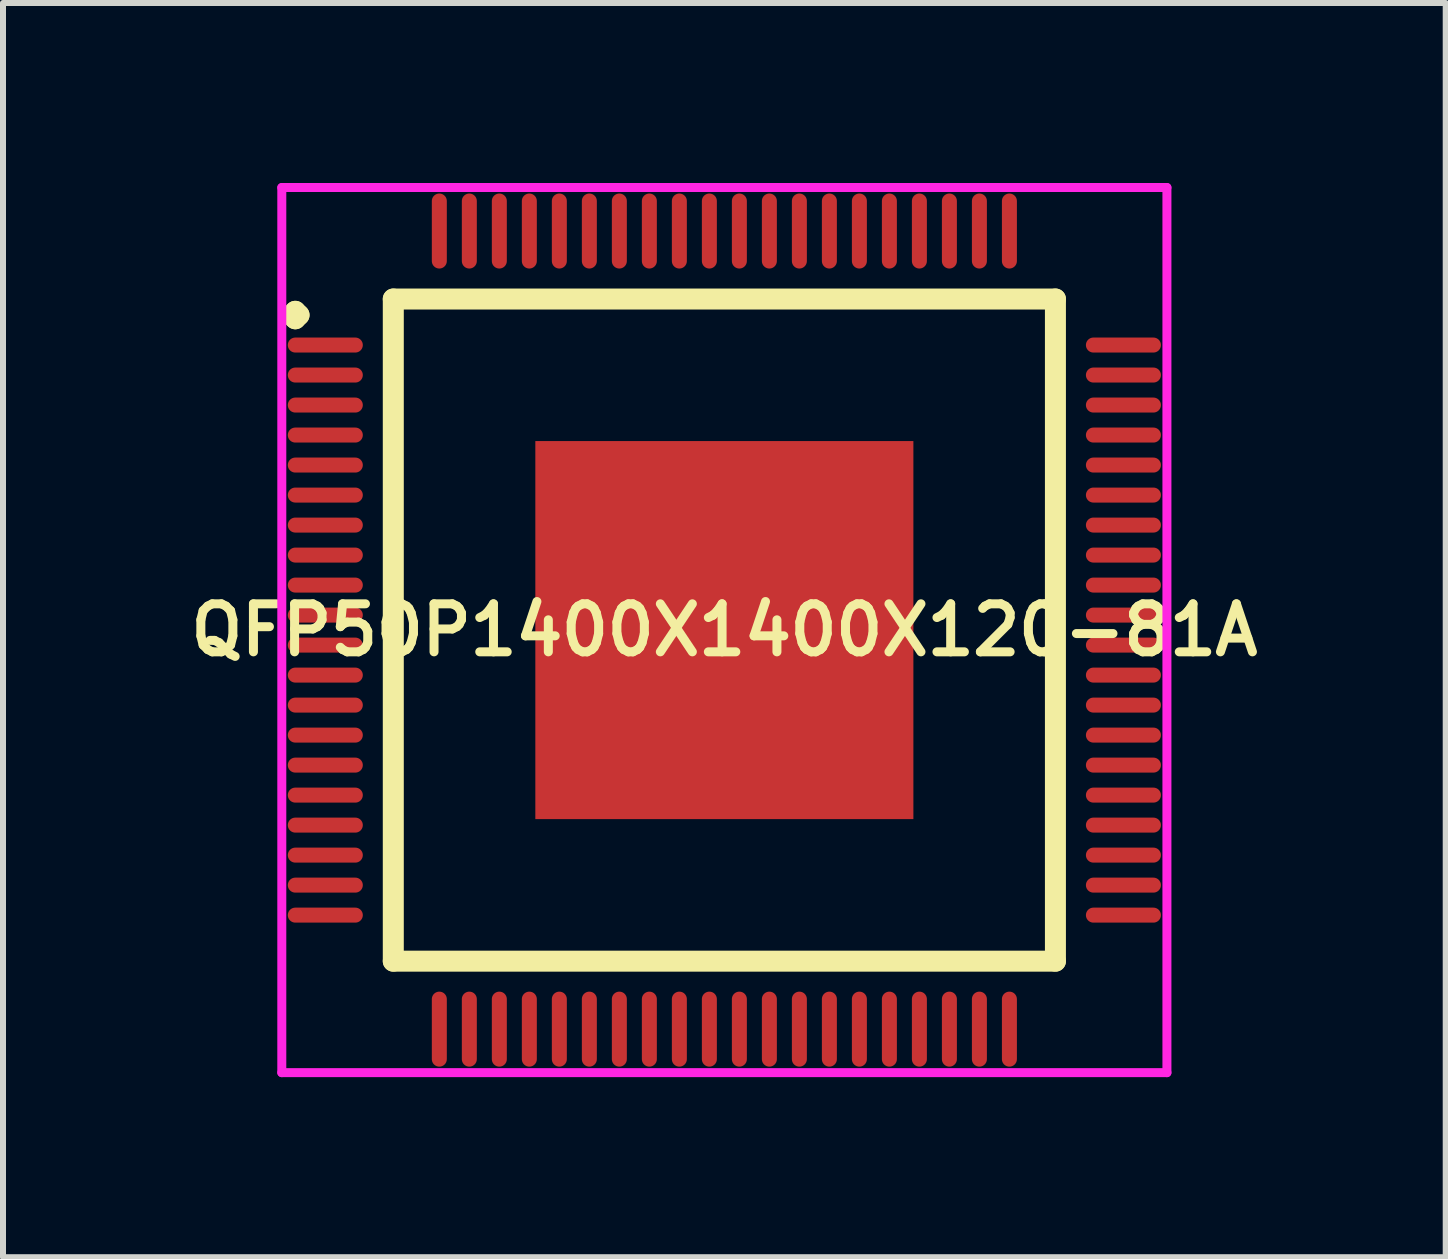
<source format=kicad_pcb>
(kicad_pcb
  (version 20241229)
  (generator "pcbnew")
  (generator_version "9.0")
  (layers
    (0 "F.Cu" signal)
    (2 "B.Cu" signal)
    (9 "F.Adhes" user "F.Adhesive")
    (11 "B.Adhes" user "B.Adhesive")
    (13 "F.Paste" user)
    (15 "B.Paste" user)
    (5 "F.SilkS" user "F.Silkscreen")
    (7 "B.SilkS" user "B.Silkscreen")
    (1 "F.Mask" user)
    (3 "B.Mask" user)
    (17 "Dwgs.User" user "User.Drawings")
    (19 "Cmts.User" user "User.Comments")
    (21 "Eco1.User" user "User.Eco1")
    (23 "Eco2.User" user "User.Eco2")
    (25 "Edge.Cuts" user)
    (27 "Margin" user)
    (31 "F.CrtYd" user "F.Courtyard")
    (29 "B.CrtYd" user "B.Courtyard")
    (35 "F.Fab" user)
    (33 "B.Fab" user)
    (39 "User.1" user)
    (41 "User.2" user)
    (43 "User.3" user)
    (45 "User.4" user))
  (footprint "QFP50P1400X1400X120-81A"
    (layer "F.Cu")
    (at 9.021 7.45)
    (property "Reference" "QFP50P1400X1400X120-81A" (at 0 0 0) (layer "F.SilkS") (effects (font (size 0.8 0.8) (thickness 0.15))))
    (attr smd)
    (fp_line (start -7.213 -5.25) (end -7.15 -5.312) (stroke (width 0.35) (type solid)) (layer "F.SilkS"))
    (fp_line (start -7.15 -5.312) (end -7.088 -5.25) (stroke (width 0.35) (type solid)) (layer "F.SilkS"))
    (fp_line (start -7.15 -5.188) (end -7.213 -5.25) (stroke (width 0.35) (type solid)) (layer "F.SilkS"))
    (fp_line (start -7.088 -5.25) (end -7.15 -5.188) (stroke (width 0.35) (type solid)) (layer "F.SilkS"))
    (fp_line (start -5.517 -5.517) (end -5.517 5.517) (stroke (width 0.35) (type solid)) (layer "F.SilkS"))
    (fp_line (start -5.517 5.517) (end 5.517 5.517) (stroke (width 0.35) (type solid)) (layer "F.SilkS"))
    (fp_line (start 5.517 -5.517) (end -5.517 -5.517) (stroke (width 0.35) (type solid)) (layer "F.SilkS"))
    (fp_line (start 5.517 5.517) (end 5.517 -5.517) (stroke (width 0.35) (type solid)) (layer "F.SilkS"))
    (fp_line (start -7.375 -7.375) (end 7.375 -7.375) (stroke (width 0.15) (type solid)) (layer "F.CrtYd"))
    (fp_line (start -7.375 7.375) (end -7.375 -7.375) (stroke (width 0.15) (type solid)) (layer "F.CrtYd"))
    (fp_line (start 7.375 -7.375) (end 7.375 7.375) (stroke (width 0.15) (type solid)) (layer "F.CrtYd"))
    (fp_line (start 7.375 7.375) (end -7.375 7.375) (stroke (width 0.15) (type solid)) (layer "F.CrtYd"))
    (pad "1" smd oval (at -6.65 -4.75) (size 1.25 0.25) (layers "F.Cu" "F.Mask" "F.Paste"))
    (pad "2" smd oval (at -6.65 -4.25) (size 1.25 0.25) (layers "F.Cu" "F.Mask" "F.Paste"))
    (pad "3" smd oval (at -6.65 -3.75) (size 1.25 0.25) (layers "F.Cu" "F.Mask" "F.Paste"))
    (pad "4" smd oval (at -6.65 -3.25) (size 1.25 0.25) (layers "F.Cu" "F.Mask" "F.Paste"))
    (pad "5" smd oval (at -6.65 -2.75) (size 1.25 0.25) (layers "F.Cu" "F.Mask" "F.Paste"))
    (pad "6" smd oval (at -6.65 -2.25) (size 1.25 0.25) (layers "F.Cu" "F.Mask" "F.Paste"))
    (pad "7" smd oval (at -6.65 -1.75) (size 1.25 0.25) (layers "F.Cu" "F.Mask" "F.Paste"))
    (pad "8" smd oval (at -6.65 -1.25) (size 1.25 0.25) (layers "F.Cu" "F.Mask" "F.Paste"))
    (pad "9" smd oval (at -6.65 -0.75) (size 1.25 0.25) (layers "F.Cu" "F.Mask" "F.Paste"))
    (pad "10" smd oval (at -6.65 -0.25) (size 1.25 0.25) (layers "F.Cu" "F.Mask" "F.Paste"))
    (pad "11" smd oval (at -6.65 0.25) (size 1.25 0.25) (layers "F.Cu" "F.Mask" "F.Paste"))
    (pad "12" smd oval (at -6.65 0.75) (size 1.25 0.25) (layers "F.Cu" "F.Mask" "F.Paste"))
    (pad "13" smd oval (at -6.65 1.25) (size 1.25 0.25) (layers "F.Cu" "F.Mask" "F.Paste"))
    (pad "14" smd oval (at -6.65 1.75) (size 1.25 0.25) (layers "F.Cu" "F.Mask" "F.Paste"))
    (pad "15" smd oval (at -6.65 2.25) (size 1.25 0.25) (layers "F.Cu" "F.Mask" "F.Paste"))
    (pad "16" smd oval (at -6.65 2.75) (size 1.25 0.25) (layers "F.Cu" "F.Mask" "F.Paste"))
    (pad "17" smd oval (at -6.65 3.25) (size 1.25 0.25) (layers "F.Cu" "F.Mask" "F.Paste"))
    (pad "18" smd oval (at -6.65 3.75) (size 1.25 0.25) (layers "F.Cu" "F.Mask" "F.Paste"))
    (pad "19" smd oval (at -6.65 4.25) (size 1.25 0.25) (layers "F.Cu" "F.Mask" "F.Paste"))
    (pad "20" smd oval (at -6.65 4.75) (size 1.25 0.25) (layers "F.Cu" "F.Mask" "F.Paste"))
    (pad "21" smd oval (at -4.75 6.65) (size 0.25 1.25) (layers "F.Cu" "F.Mask" "F.Paste"))
    (pad "22" smd oval (at -4.25 6.65) (size 0.25 1.25) (layers "F.Cu" "F.Mask" "F.Paste"))
    (pad "23" smd oval (at -3.75 6.65) (size 0.25 1.25) (layers "F.Cu" "F.Mask" "F.Paste"))
    (pad "24" smd oval (at -3.25 6.65) (size 0.25 1.25) (layers "F.Cu" "F.Mask" "F.Paste"))
    (pad "25" smd oval (at -2.75 6.65) (size 0.25 1.25) (layers "F.Cu" "F.Mask" "F.Paste"))
    (pad "26" smd oval (at -2.25 6.65) (size 0.25 1.25) (layers "F.Cu" "F.Mask" "F.Paste"))
    (pad "27" smd oval (at -1.75 6.65) (size 0.25 1.25) (layers "F.Cu" "F.Mask" "F.Paste"))
    (pad "28" smd oval (at -1.25 6.65) (size 0.25 1.25) (layers "F.Cu" "F.Mask" "F.Paste"))
    (pad "29" smd oval (at -0.75 6.65) (size 0.25 1.25) (layers "F.Cu" "F.Mask" "F.Paste"))
    (pad "30" smd oval (at -0.25 6.65) (size 0.25 1.25) (layers "F.Cu" "F.Mask" "F.Paste"))
    (pad "31" smd oval (at 0.25 6.65) (size 0.25 1.25) (layers "F.Cu" "F.Mask" "F.Paste"))
    (pad "32" smd oval (at 0.75 6.65) (size 0.25 1.25) (layers "F.Cu" "F.Mask" "F.Paste"))
    (pad "33" smd oval (at 1.25 6.65) (size 0.25 1.25) (layers "F.Cu" "F.Mask" "F.Paste"))
    (pad "34" smd oval (at 1.75 6.65) (size 0.25 1.25) (layers "F.Cu" "F.Mask" "F.Paste"))
    (pad "35" smd oval (at 2.25 6.65) (size 0.25 1.25) (layers "F.Cu" "F.Mask" "F.Paste"))
    (pad "36" smd oval (at 2.75 6.65) (size 0.25 1.25) (layers "F.Cu" "F.Mask" "F.Paste"))
    (pad "37" smd oval (at 3.25 6.65) (size 0.25 1.25) (layers "F.Cu" "F.Mask" "F.Paste"))
    (pad "38" smd oval (at 3.75 6.65) (size 0.25 1.25) (layers "F.Cu" "F.Mask" "F.Paste"))
    (pad "39" smd oval (at 4.25 6.65) (size 0.25 1.25) (layers "F.Cu" "F.Mask" "F.Paste"))
    (pad "40" smd oval (at 4.75 6.65) (size 0.25 1.25) (layers "F.Cu" "F.Mask" "F.Paste"))
    (pad "41" smd oval (at 6.65 4.75) (size 1.25 0.25) (layers "F.Cu" "F.Mask" "F.Paste"))
    (pad "42" smd oval (at 6.65 4.25) (size 1.25 0.25) (layers "F.Cu" "F.Mask" "F.Paste"))
    (pad "43" smd oval (at 6.65 3.75) (size 1.25 0.25) (layers "F.Cu" "F.Mask" "F.Paste"))
    (pad "44" smd oval (at 6.65 3.25) (size 1.25 0.25) (layers "F.Cu" "F.Mask" "F.Paste"))
    (pad "45" smd oval (at 6.65 2.75) (size 1.25 0.25) (layers "F.Cu" "F.Mask" "F.Paste"))
    (pad "46" smd oval (at 6.65 2.25) (size 1.25 0.25) (layers "F.Cu" "F.Mask" "F.Paste"))
    (pad "47" smd oval (at 6.65 1.75) (size 1.25 0.25) (layers "F.Cu" "F.Mask" "F.Paste"))
    (pad "48" smd oval (at 6.65 1.25) (size 1.25 0.25) (layers "F.Cu" "F.Mask" "F.Paste"))
    (pad "49" smd oval (at 6.65 0.75) (size 1.25 0.25) (layers "F.Cu" "F.Mask" "F.Paste"))
    (pad "50" smd oval (at 6.65 0.25) (size 1.25 0.25) (layers "F.Cu" "F.Mask" "F.Paste"))
    (pad "51" smd oval (at 6.65 -0.25) (size 1.25 0.25) (layers "F.Cu" "F.Mask" "F.Paste"))
    (pad "52" smd oval (at 6.65 -0.75) (size 1.25 0.25) (layers "F.Cu" "F.Mask" "F.Paste"))
    (pad "53" smd oval (at 6.65 -1.25) (size 1.25 0.25) (layers "F.Cu" "F.Mask" "F.Paste"))
    (pad "54" smd oval (at 6.65 -1.75) (size 1.25 0.25) (layers "F.Cu" "F.Mask" "F.Paste"))
    (pad "55" smd oval (at 6.65 -2.25) (size 1.25 0.25) (layers "F.Cu" "F.Mask" "F.Paste"))
    (pad "56" smd oval (at 6.65 -2.75) (size 1.25 0.25) (layers "F.Cu" "F.Mask" "F.Paste"))
    (pad "57" smd oval (at 6.65 -3.25) (size 1.25 0.25) (layers "F.Cu" "F.Mask" "F.Paste"))
    (pad "58" smd oval (at 6.65 -3.75) (size 1.25 0.25) (layers "F.Cu" "F.Mask" "F.Paste"))
    (pad "59" smd oval (at 6.65 -4.25) (size 1.25 0.25) (layers "F.Cu" "F.Mask" "F.Paste"))
    (pad "60" smd oval (at 6.65 -4.75) (size 1.25 0.25) (layers "F.Cu" "F.Mask" "F.Paste"))
    (pad "61" smd oval (at 4.75 -6.65) (size 0.25 1.25) (layers "F.Cu" "F.Mask" "F.Paste"))
    (pad "62" smd oval (at 4.25 -6.65) (size 0.25 1.25) (layers "F.Cu" "F.Mask" "F.Paste"))
    (pad "63" smd oval (at 3.75 -6.65) (size 0.25 1.25) (layers "F.Cu" "F.Mask" "F.Paste"))
    (pad "64" smd oval (at 3.25 -6.65) (size 0.25 1.25) (layers "F.Cu" "F.Mask" "F.Paste"))
    (pad "65" smd oval (at 2.75 -6.65) (size 0.25 1.25) (layers "F.Cu" "F.Mask" "F.Paste"))
    (pad "66" smd oval (at 2.25 -6.65) (size 0.25 1.25) (layers "F.Cu" "F.Mask" "F.Paste"))
    (pad "67" smd oval (at 1.75 -6.65) (size 0.25 1.25) (layers "F.Cu" "F.Mask" "F.Paste"))
    (pad "68" smd oval (at 1.25 -6.65) (size 0.25 1.25) (layers "F.Cu" "F.Mask" "F.Paste"))
    (pad "69" smd oval (at 0.75 -6.65) (size 0.25 1.25) (layers "F.Cu" "F.Mask" "F.Paste"))
    (pad "70" smd oval (at 0.25 -6.65) (size 0.25 1.25) (layers "F.Cu" "F.Mask" "F.Paste"))
    (pad "71" smd oval (at -0.25 -6.65) (size 0.25 1.25) (layers "F.Cu" "F.Mask" "F.Paste"))
    (pad "72" smd oval (at -0.75 -6.65) (size 0.25 1.25) (layers "F.Cu" "F.Mask" "F.Paste"))
    (pad "73" smd oval (at -1.25 -6.65) (size 0.25 1.25) (layers "F.Cu" "F.Mask" "F.Paste"))
    (pad "74" smd oval (at -1.75 -6.65) (size 0.25 1.25) (layers "F.Cu" "F.Mask" "F.Paste"))
    (pad "75" smd oval (at -2.25 -6.65) (size 0.25 1.25) (layers "F.Cu" "F.Mask" "F.Paste"))
    (pad "76" smd oval (at -2.75 -6.65) (size 0.25 1.25) (layers "F.Cu" "F.Mask" "F.Paste"))
    (pad "77" smd oval (at -3.25 -6.65) (size 0.25 1.25) (layers "F.Cu" "F.Mask" "F.Paste"))
    (pad "78" smd oval (at -3.75 -6.65) (size 0.25 1.25) (layers "F.Cu" "F.Mask" "F.Paste"))
    (pad "79" smd oval (at -4.25 -6.65) (size 0.25 1.25) (layers "F.Cu" "F.Mask" "F.Paste"))
    (pad "80" smd oval (at -4.75 -6.65) (size 0.25 1.25) (layers "F.Cu" "F.Mask" "F.Paste"))
    (pad "81" smd rect (at 0 0) (size 6.3 6.3) (layers "F.Cu" "F.Mask" "F.Paste")))
  (gr_rect
    (start -3 -3)
    (end 21.042 17.9)
    (stroke (width 0.1) (type default))
    (fill no)
    (layer "Edge.Cuts")))
</source>
